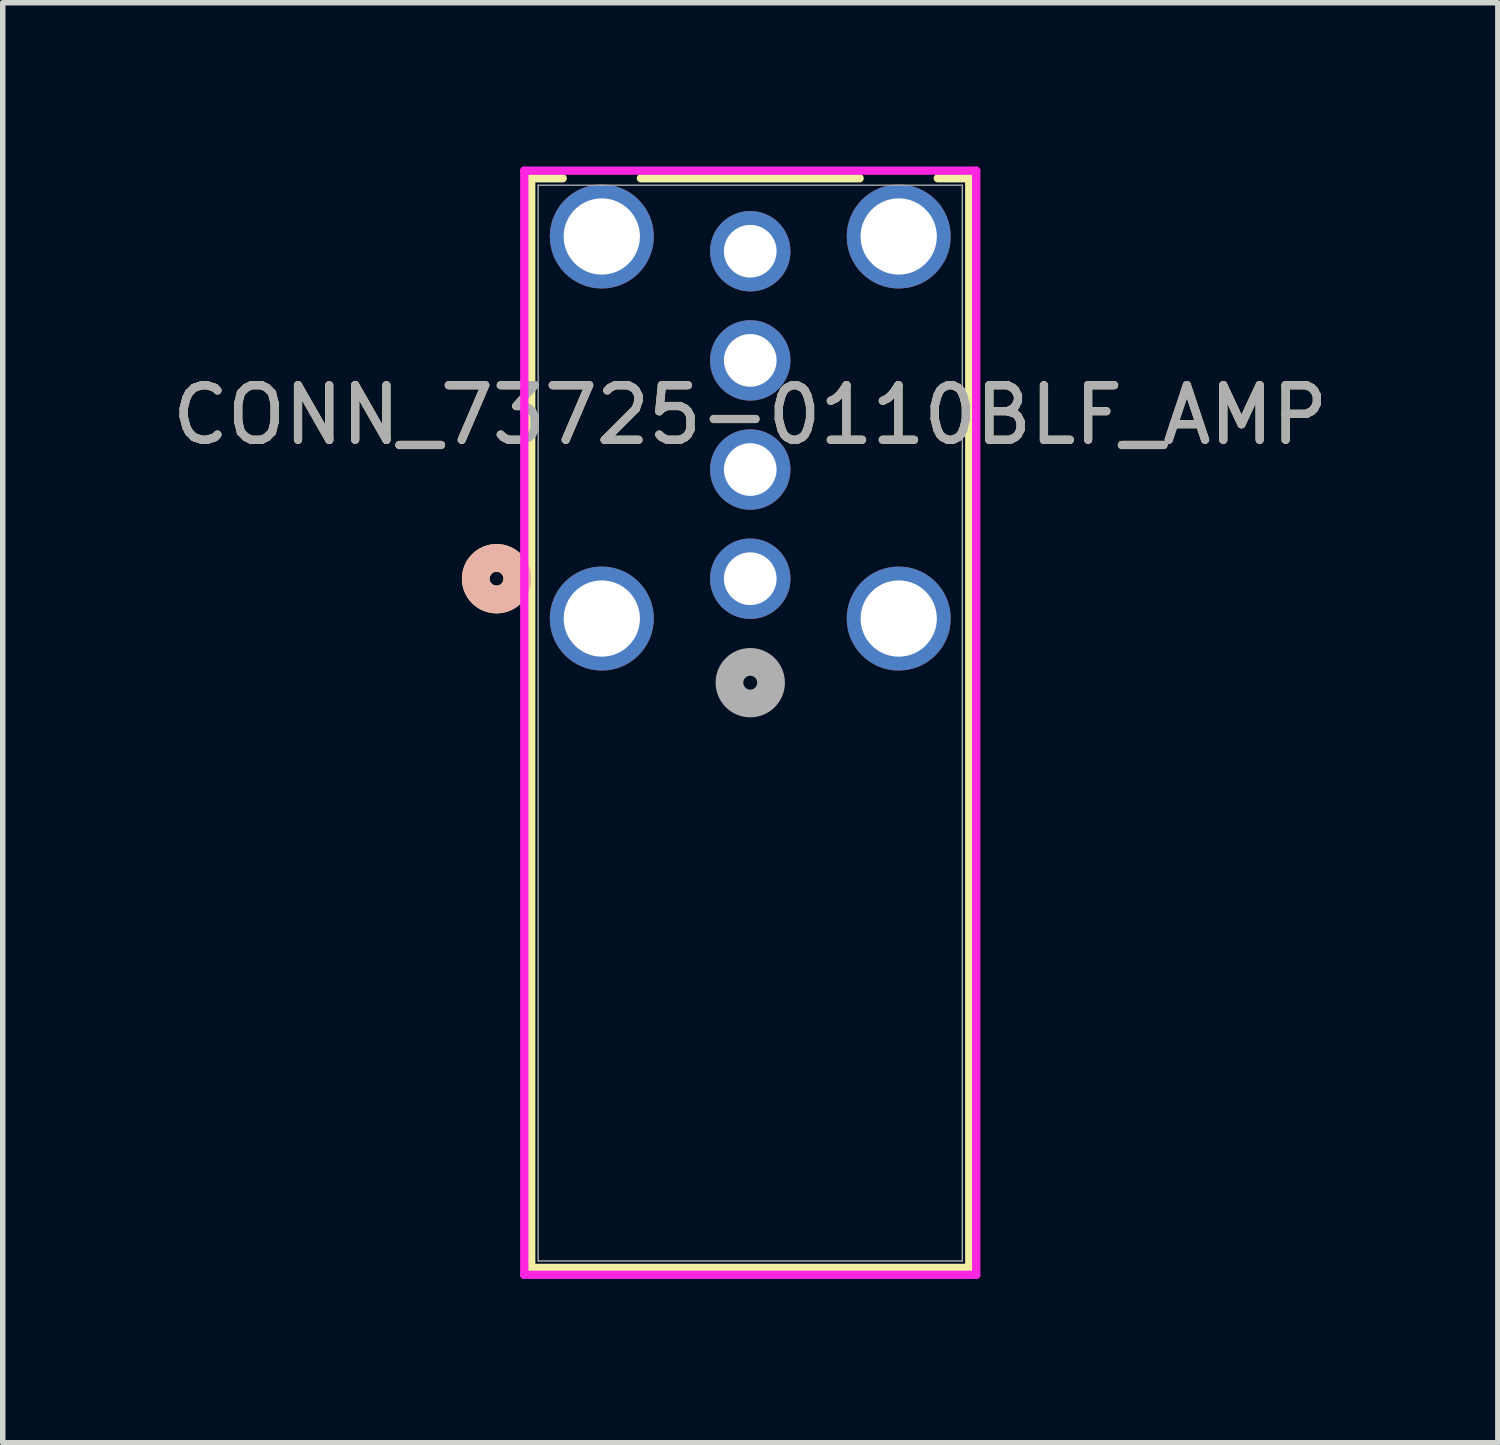
<source format=kicad_pcb>
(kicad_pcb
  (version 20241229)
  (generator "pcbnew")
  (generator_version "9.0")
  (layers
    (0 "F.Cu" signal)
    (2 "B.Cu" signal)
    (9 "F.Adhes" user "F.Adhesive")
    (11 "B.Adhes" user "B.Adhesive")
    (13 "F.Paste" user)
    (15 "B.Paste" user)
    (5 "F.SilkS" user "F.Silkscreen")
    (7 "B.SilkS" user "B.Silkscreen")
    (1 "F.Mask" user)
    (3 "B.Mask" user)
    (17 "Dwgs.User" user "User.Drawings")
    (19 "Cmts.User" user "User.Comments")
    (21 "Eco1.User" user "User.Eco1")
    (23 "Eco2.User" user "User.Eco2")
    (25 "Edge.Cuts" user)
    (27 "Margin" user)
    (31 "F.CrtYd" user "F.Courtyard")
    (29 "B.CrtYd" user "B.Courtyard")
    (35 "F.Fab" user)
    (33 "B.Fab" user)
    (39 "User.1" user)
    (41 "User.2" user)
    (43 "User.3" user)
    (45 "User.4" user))
  (footprint "CONN_73725-0110BLF_AMP"
    (layer "F.Cu")
    (at 10.696 7.553)
    (property "Reference" "CONN_73725-0110BLF_AMP" (at 0 -3 0) (unlocked yes) (layer "F.SilkS") (effects (font (size 1 1) (thickness 0.15))))
    (attr through_hole)
    (fp_line (start -4.013 -7.337) (end -4.013 12.627) (stroke (width 0.152) (type solid)) (layer "F.SilkS"))
    (fp_line (start -4.013 12.627) (end 4.013 12.627) (stroke (width 0.152) (type solid)) (layer "F.SilkS"))
    (fp_line (start -3.436 -7.337) (end -4.013 -7.337) (stroke (width 0.152) (type solid)) (layer "F.SilkS"))
    (fp_line (start 2.004 -7.337) (end -2.004 -7.337) (stroke (width 0.152) (type solid)) (layer "F.SilkS"))
    (fp_line (start 4.013 -7.337) (end 3.436 -7.337) (stroke (width 0.152) (type solid)) (layer "F.SilkS"))
    (fp_line (start 4.013 12.627) (end 4.013 -7.337) (stroke (width 0.152) (type solid)) (layer "F.SilkS"))
    (fp_circle (center -4.648 0) (end -4.267 0) (stroke (width 0.508) (type solid)) (fill no) (layer "F.SilkS"))
    (fp_circle (center -4.648 0) (end -4.267 0) (stroke (width 0.508) (type solid)) (fill no) (layer "B.SilkS"))
    (fp_line (start -4.14 -7.476) (end -4.14 12.754) (stroke (width 0.152) (type solid)) (layer "F.CrtYd"))
    (fp_line (start -4.14 12.754) (end 4.14 12.754) (stroke (width 0.152) (type solid)) (layer "F.CrtYd"))
    (fp_line (start 4.14 -7.476) (end -4.14 -7.476) (stroke (width 0.152) (type solid)) (layer "F.CrtYd"))
    (fp_line (start 4.14 12.754) (end 4.14 -7.476) (stroke (width 0.152) (type solid)) (layer "F.CrtYd"))
    (fp_line (start -3.886 -7.21) (end -3.886 12.5) (stroke (width 0.025) (type solid)) (layer "F.Fab"))
    (fp_line (start -3.886 12.5) (end 3.886 12.5) (stroke (width 0.025) (type solid)) (layer "F.Fab"))
    (fp_line (start 3.886 -7.21) (end -3.886 -7.21) (stroke (width 0.025) (type solid)) (layer "F.Fab"))
    (fp_line (start 3.886 12.5) (end 3.886 -7.21) (stroke (width 0.025) (type solid)) (layer "F.Fab"))
    (fp_circle (center 0 1.905) (end 0.381 1.905) (stroke (width 0.508) (type solid)) (fill no) (layer "F.Fab"))
    (fp_text user "${REFERENCE}" (at 0 -3 0) (unlocked yes) (layer "F.Fab") (effects (font (size 1 1) (thickness 0.15))))
    (pad "1" thru_hole circle (at 0 0) (size 1.473 1.473) (drill 0.965) (layers "*.Cu" "*.Mask"))
    (pad "2" thru_hole circle (at 0 -2) (size 1.473 1.473) (drill 0.965) (layers "*.Cu" "*.Mask"))
    (pad "3" thru_hole circle (at 0 -4) (size 1.473 1.473) (drill 0.965) (layers "*.Cu" "*.Mask"))
    (pad "4" thru_hole circle (at 0 -6) (size 1.473 1.473) (drill 0.965) (layers "*.Cu" "*.Mask"))
    (pad "5" thru_hole circle (at -2.72 -6.27) (size 1.905 1.905) (drill 1.397) (layers "*.Cu" "*.Mask"))
    (pad "6" thru_hole circle (at 2.72 -6.27) (size 1.905 1.905) (drill 1.397) (layers "*.Cu" "*.Mask"))
    (pad "7" thru_hole circle (at -2.72 0.73) (size 1.905 1.905) (drill 1.397) (layers "*.Cu" "*.Mask"))
    (pad "8" thru_hole circle (at 2.72 0.73) (size 1.905 1.905) (drill 1.397) (layers "*.Cu" "*.Mask")))
  (gr_rect
    (start -3 -3)
    (end 24.393 23.383)
    (stroke (width 0.1) (type default))
    (fill no)
    (layer "Edge.Cuts")))
</source>
